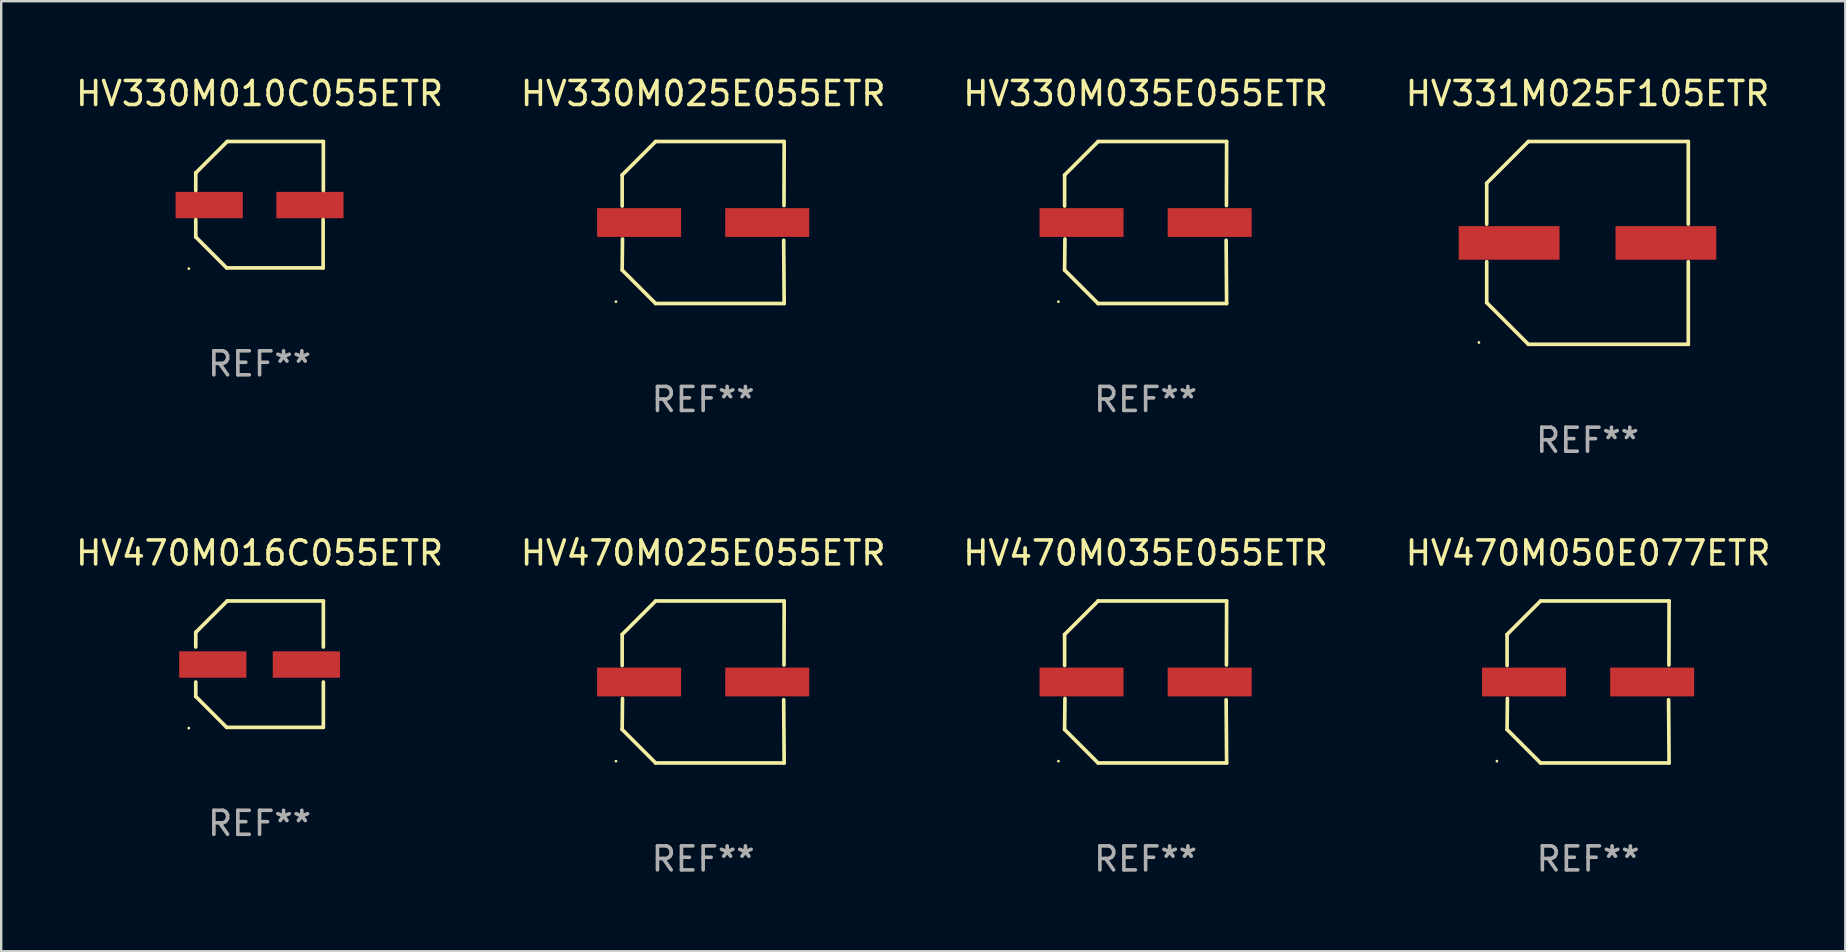
<source format=kicad_pcb>
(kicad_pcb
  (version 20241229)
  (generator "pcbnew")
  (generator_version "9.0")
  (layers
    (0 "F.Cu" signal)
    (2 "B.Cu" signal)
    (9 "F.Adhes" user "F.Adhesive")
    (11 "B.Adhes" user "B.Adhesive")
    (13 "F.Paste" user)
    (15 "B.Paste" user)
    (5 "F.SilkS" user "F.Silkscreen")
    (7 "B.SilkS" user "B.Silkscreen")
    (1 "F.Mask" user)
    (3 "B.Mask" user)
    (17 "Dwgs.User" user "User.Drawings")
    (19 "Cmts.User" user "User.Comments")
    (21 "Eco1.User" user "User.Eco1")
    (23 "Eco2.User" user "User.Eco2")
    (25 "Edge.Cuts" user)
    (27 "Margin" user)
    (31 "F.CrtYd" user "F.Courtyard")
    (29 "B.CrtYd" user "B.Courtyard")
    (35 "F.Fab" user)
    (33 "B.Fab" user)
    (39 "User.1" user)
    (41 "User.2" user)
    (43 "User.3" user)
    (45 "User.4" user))
  (footprint "HV330M035E055ETR"
    (layer "F.Cu")
    (at 44.696 6.224)
    (property "Reference" "HV330M035E055ETR" (at 0 -5.376 0) (layer "F.SilkS") (effects (font (size 1 1) (thickness 0.15))))
    (attr through_hole)
    (fp_line (start -3.376 -1.98) (end -3.376 -0.686) (stroke (width 0.152) (type solid)) (layer "F.SilkS"))
    (fp_line (start -3.376 1.981) (end -3.362 0.686) (stroke (width 0.152) (type solid)) (layer "F.SilkS"))
    (fp_line (start -1.981 3.376) (end -3.376 1.981) (stroke (width 0.152) (type solid)) (layer "F.SilkS"))
    (fp_line (start -1.98 -3.376) (end -3.376 -1.98) (stroke (width 0.152) (type solid)) (layer "F.SilkS"))
    (fp_line (start 3.356 0.74) (end 3.376 3.376) (stroke (width 0.152) (type solid)) (layer "F.SilkS"))
    (fp_line (start 3.369 -0.707) (end 3.376 -3.376) (stroke (width 0.152) (type solid)) (layer "F.SilkS"))
    (fp_line (start 3.376 3.376) (end -1.981 3.376) (stroke (width 0.152) (type solid)) (layer "F.SilkS"))
    (fp_line (start 3.376 -3.376) (end -1.98 -3.376) (stroke (width 0.152) (type solid)) (layer "F.SilkS"))
    (fp_circle (center -3.634 3.3) (end -3.604 3.3) (stroke (width 0.06) (type solid)) (fill no) (layer "F.SilkS"))
    (fp_text user "REF**" (at 0 7.376 0) (layer "F.Fab") (effects (font (size 1 1) (thickness 0.15))))
    (pad "1" smd rect (at -2.67 0.000254) (size 3.5 1.2) (layers "F.Cu" "F.Mask" "F.Paste"))
    (pad "2" smd rect (at 2.67 0.000254) (size 3.5 1.2) (layers "F.Cu" "F.Mask" "F.Paste")))
  (footprint "HV470M050E077ETR"
    (layer "F.Cu")
    (at 63.137 25.373)
    (property "Reference" "HV470M050E077ETR" (at 0 -5.376 0) (layer "F.SilkS") (effects (font (size 1 1) (thickness 0.15))))
    (attr through_hole)
    (fp_line (start -3.376 -1.98) (end -3.376 -0.686) (stroke (width 0.152) (type solid)) (layer "F.SilkS"))
    (fp_line (start -3.376 1.981) (end -3.362 0.686) (stroke (width 0.152) (type solid)) (layer "F.SilkS"))
    (fp_line (start -1.981 3.376) (end -3.376 1.981) (stroke (width 0.152) (type solid)) (layer "F.SilkS"))
    (fp_line (start -1.98 -3.376) (end -3.376 -1.98) (stroke (width 0.152) (type solid)) (layer "F.SilkS"))
    (fp_line (start 3.356 0.74) (end 3.376 3.376) (stroke (width 0.152) (type solid)) (layer "F.SilkS"))
    (fp_line (start 3.369 -0.707) (end 3.376 -3.376) (stroke (width 0.152) (type solid)) (layer "F.SilkS"))
    (fp_line (start 3.376 3.376) (end -1.981 3.376) (stroke (width 0.152) (type solid)) (layer "F.SilkS"))
    (fp_line (start 3.376 -3.376) (end -1.98 -3.376) (stroke (width 0.152) (type solid)) (layer "F.SilkS"))
    (fp_circle (center -3.8 3.3) (end -3.77 3.3) (stroke (width 0.06) (type solid)) (fill no) (layer "F.SilkS"))
    (fp_text user "REF**" (at 0 7.376 0) (layer "F.Fab") (effects (font (size 1 1) (thickness 0.15))))
    (pad "1" smd rect (at -2.67 0.000203) (size 3.5 1.2) (layers "F.Cu" "F.Mask" "F.Paste"))
    (pad "2" smd rect (at 2.67 0.000203) (size 3.5 1.2) (layers "F.Cu" "F.Mask" "F.Paste")))
  (footprint "HV470M025E055ETR"
    (layer "F.Cu")
    (at 26.256 25.373)
    (property "Reference" "HV470M025E055ETR" (at 0 -5.376 0) (layer "F.SilkS") (effects (font (size 1 1) (thickness 0.15))))
    (attr through_hole)
    (fp_line (start -3.376 -1.98) (end -3.376 -0.686) (stroke (width 0.152) (type solid)) (layer "F.SilkS"))
    (fp_line (start -3.376 1.981) (end -3.362 0.686) (stroke (width 0.152) (type solid)) (layer "F.SilkS"))
    (fp_line (start -1.981 3.376) (end -3.376 1.981) (stroke (width 0.152) (type solid)) (layer "F.SilkS"))
    (fp_line (start -1.98 -3.376) (end -3.376 -1.98) (stroke (width 0.152) (type solid)) (layer "F.SilkS"))
    (fp_line (start 3.356 0.74) (end 3.376 3.376) (stroke (width 0.152) (type solid)) (layer "F.SilkS"))
    (fp_line (start 3.369 -0.707) (end 3.376 -3.376) (stroke (width 0.152) (type solid)) (layer "F.SilkS"))
    (fp_line (start 3.376 3.376) (end -1.981 3.376) (stroke (width 0.152) (type solid)) (layer "F.SilkS"))
    (fp_line (start 3.376 -3.376) (end -1.98 -3.376) (stroke (width 0.152) (type solid)) (layer "F.SilkS"))
    (fp_circle (center -3.634 3.3) (end -3.604 3.3) (stroke (width 0.06) (type solid)) (fill no) (layer "F.SilkS"))
    (fp_text user "REF**" (at 0 7.376 0) (layer "F.Fab") (effects (font (size 1 1) (thickness 0.15))))
    (pad "1" smd rect (at -2.67 0.000254) (size 3.5 1.2) (layers "F.Cu" "F.Mask" "F.Paste"))
    (pad "2" smd rect (at 2.67 0.000254) (size 3.5 1.2) (layers "F.Cu" "F.Mask" "F.Paste")))
  (footprint "HV470M016C055ETR"
    (layer "F.Cu")
    (at 7.768 24.631)
    (property "Reference" "HV470M016C055ETR" (at 0 -4.634 0) (layer "F.SilkS") (effects (font (size 1 1) (thickness 0.15))))
    (attr through_hole)
    (fp_line (start -2.659 -1.326) (end -2.659 -0.715) (stroke (width 0.152) (type solid)) (layer "F.SilkS"))
    (fp_line (start -2.659 0.745) (end -2.659 1.346) (stroke (width 0.152) (type solid)) (layer "F.SilkS"))
    (fp_line (start -1.372 2.634) (end -2.659 1.346) (stroke (width 0.152) (type solid)) (layer "F.SilkS"))
    (fp_line (start -1.349 -2.634) (end -2.659 -1.326) (stroke (width 0.152) (type solid)) (layer "F.SilkS"))
    (fp_line (start 2.649 2.634) (end -1.372 2.634) (stroke (width 0.152) (type solid)) (layer "F.SilkS"))
    (fp_line (start 2.659 -2.634) (end -1.349 -2.634) (stroke (width 0.152) (type solid)) (layer "F.SilkS"))
    (fp_line (start 2.659 -2.634) (end 2.659 -0.715) (stroke (width 0.152) (type solid)) (layer "F.SilkS"))
    (fp_line (start 2.659 0.745) (end 2.659 2.634) (stroke (width 0.152) (type solid)) (layer "F.SilkS"))
    (fp_circle (center -2.95 2.665) (end -2.92 2.665) (stroke (width 0.06) (type solid)) (fill no) (layer "F.SilkS"))
    (fp_text user "REF**" (at 0 6.634 0) (layer "F.Fab") (effects (font (size 1 1) (thickness 0.15))))
    (pad "1" smd rect (at -1.95 0.015) (size 2.8 1.1) (layers "F.Cu" "F.Mask" "F.Paste"))
    (pad "2" smd rect (at 1.95 0.015) (size 2.8 1.1) (layers "F.Cu" "F.Mask" "F.Paste")))
  (footprint "HV330M025E055ETR"
    (layer "F.Cu")
    (at 26.256 6.224)
    (property "Reference" "HV330M025E055ETR" (at 0 -5.376 0) (layer "F.SilkS") (effects (font (size 1 1) (thickness 0.15))))
    (attr through_hole)
    (fp_line (start -3.376 -1.98) (end -3.376 -0.686) (stroke (width 0.152) (type solid)) (layer "F.SilkS"))
    (fp_line (start -3.376 1.981) (end -3.362 0.686) (stroke (width 0.152) (type solid)) (layer "F.SilkS"))
    (fp_line (start -1.981 3.376) (end -3.376 1.981) (stroke (width 0.152) (type solid)) (layer "F.SilkS"))
    (fp_line (start -1.98 -3.376) (end -3.376 -1.98) (stroke (width 0.152) (type solid)) (layer "F.SilkS"))
    (fp_line (start 3.356 0.74) (end 3.376 3.376) (stroke (width 0.152) (type solid)) (layer "F.SilkS"))
    (fp_line (start 3.369 -0.707) (end 3.376 -3.376) (stroke (width 0.152) (type solid)) (layer "F.SilkS"))
    (fp_line (start 3.376 3.376) (end -1.981 3.376) (stroke (width 0.152) (type solid)) (layer "F.SilkS"))
    (fp_line (start 3.376 -3.376) (end -1.98 -3.376) (stroke (width 0.152) (type solid)) (layer "F.SilkS"))
    (fp_circle (center -3.634 3.3) (end -3.604 3.3) (stroke (width 0.06) (type solid)) (fill no) (layer "F.SilkS"))
    (fp_text user "REF**" (at 0 7.376 0) (layer "F.Fab") (effects (font (size 1 1) (thickness 0.15))))
    (pad "1" smd rect (at -2.67 0.000254) (size 3.5 1.2) (layers "F.Cu" "F.Mask" "F.Paste"))
    (pad "2" smd rect (at 2.67 0.000254) (size 3.5 1.2) (layers "F.Cu" "F.Mask" "F.Paste")))
  (footprint "HV470M035E055ETR"
    (layer "F.Cu")
    (at 44.696 25.373)
    (property "Reference" "HV470M035E055ETR" (at 0 -5.376 0) (layer "F.SilkS") (effects (font (size 1 1) (thickness 0.15))))
    (attr through_hole)
    (fp_line (start -3.376 -1.98) (end -3.376 -0.686) (stroke (width 0.152) (type solid)) (layer "F.SilkS"))
    (fp_line (start -3.376 1.981) (end -3.362 0.686) (stroke (width 0.152) (type solid)) (layer "F.SilkS"))
    (fp_line (start -1.981 3.376) (end -3.376 1.981) (stroke (width 0.152) (type solid)) (layer "F.SilkS"))
    (fp_line (start -1.98 -3.376) (end -3.376 -1.98) (stroke (width 0.152) (type solid)) (layer "F.SilkS"))
    (fp_line (start 3.356 0.74) (end 3.376 3.376) (stroke (width 0.152) (type solid)) (layer "F.SilkS"))
    (fp_line (start 3.369 -0.707) (end 3.376 -3.376) (stroke (width 0.152) (type solid)) (layer "F.SilkS"))
    (fp_line (start 3.376 3.376) (end -1.981 3.376) (stroke (width 0.152) (type solid)) (layer "F.SilkS"))
    (fp_line (start 3.376 -3.376) (end -1.98 -3.376) (stroke (width 0.152) (type solid)) (layer "F.SilkS"))
    (fp_circle (center -3.634 3.3) (end -3.604 3.3) (stroke (width 0.06) (type solid)) (fill no) (layer "F.SilkS"))
    (fp_text user "REF**" (at 0 7.376 0) (layer "F.Fab") (effects (font (size 1 1) (thickness 0.15))))
    (pad "1" smd rect (at -2.67 0.000254) (size 3.5 1.2) (layers "F.Cu" "F.Mask" "F.Paste"))
    (pad "2" smd rect (at 2.67 0.000254) (size 3.5 1.2) (layers "F.Cu" "F.Mask" "F.Paste")))
  (footprint "HV331M025F105ETR"
    (layer "F.Cu")
    (at 63.113 7.074)
    (property "Reference" "HV331M025F105ETR" (at 0 -6.226 0) (layer "F.SilkS") (effects (font (size 1 1) (thickness 0.15))))
    (attr through_hole)
    (fp_line (start -4.201 -2.49) (end -4.201 -0.782) (stroke (width 0.152) (type solid)) (layer "F.SilkS"))
    (fp_line (start -4.201 2.49) (end -4.201 0.782) (stroke (width 0.152) (type solid)) (layer "F.SilkS"))
    (fp_line (start -2.465 -4.226) (end -4.201 -2.49) (stroke (width 0.152) (type solid)) (layer "F.SilkS"))
    (fp_line (start -2.465 4.226) (end -4.201 2.49) (stroke (width 0.152) (type solid)) (layer "F.SilkS"))
    (fp_line (start 4.201 -4.226) (end -2.465 -4.226) (stroke (width 0.152) (type solid)) (layer "F.SilkS"))
    (fp_line (start 4.201 -0.782) (end 4.201 -4.226) (stroke (width 0.152) (type solid)) (layer "F.SilkS"))
    (fp_line (start 4.201 0.782) (end 4.201 4.226) (stroke (width 0.152) (type solid)) (layer "F.SilkS"))
    (fp_line (start 4.201 4.226) (end -2.465 4.226) (stroke (width 0.152) (type solid)) (layer "F.SilkS"))
    (fp_circle (center -4.524 4.15) (end -4.494 4.15) (stroke (width 0.06) (type solid)) (fill no) (layer "F.SilkS"))
    (fp_text user "REF**" (at 0 8.226 0) (layer "F.Fab") (effects (font (size 1 1) (thickness 0.15))))
    (pad "1" smd rect (at -3.267 0) (size 4.2 1.4) (layers "F.Cu" "F.Mask" "F.Paste"))
    (pad "2" smd rect (at 3.267 0) (size 4.2 1.4) (layers "F.Cu" "F.Mask" "F.Paste")))
  (footprint "HV330M010C055ETR"
    (layer "F.Cu")
    (at 7.768 5.482)
    (property "Reference" "HV330M010C055ETR" (at 0 -4.634 0) (layer "F.SilkS") (effects (font (size 1 1) (thickness 0.15))))
    (attr through_hole)
    (fp_line (start -2.659 -1.326) (end -2.659 -0.592) (stroke (width 0.152) (type solid)) (layer "F.SilkS"))
    (fp_line (start -2.659 1.346) (end -2.659 0.622) (stroke (width 0.152) (type solid)) (layer "F.SilkS"))
    (fp_line (start -1.372 2.634) (end -2.659 1.346) (stroke (width 0.152) (type solid)) (layer "F.SilkS"))
    (fp_line (start -1.349 -2.634) (end -2.659 -1.326) (stroke (width 0.152) (type solid)) (layer "F.SilkS"))
    (fp_line (start 2.649 0.622) (end 2.649 2.634) (stroke (width 0.152) (type solid)) (layer "F.SilkS"))
    (fp_line (start 2.649 2.634) (end -1.372 2.634) (stroke (width 0.152) (type solid)) (layer "F.SilkS"))
    (fp_line (start 2.659 -2.634) (end -1.349 -2.634) (stroke (width 0.152) (type solid)) (layer "F.SilkS"))
    (fp_line (start 2.659 -0.592) (end 2.659 -2.634) (stroke (width 0.152) (type solid)) (layer "F.SilkS"))
    (fp_circle (center -2.95 2.665) (end -2.92 2.665) (stroke (width 0.06) (type solid)) (fill no) (layer "F.SilkS"))
    (fp_text user "REF**" (at 0 6.634 0) (layer "F.Fab") (effects (font (size 1 1) (thickness 0.15))))
    (pad "1" smd rect (at -2.1 0.015) (size 2.8 1.1) (layers "F.Cu" "F.Mask" "F.Paste"))
    (pad "2" smd rect (at 2.1 0.015) (size 2.8 1.1) (layers "F.Cu" "F.Mask" "F.Paste")))
  (gr_rect
    (start -3 -3)
    (end 73.857 36.597)
    (stroke (width 0.1) (type default))
    (fill no)
    (layer "Edge.Cuts")))
</source>
